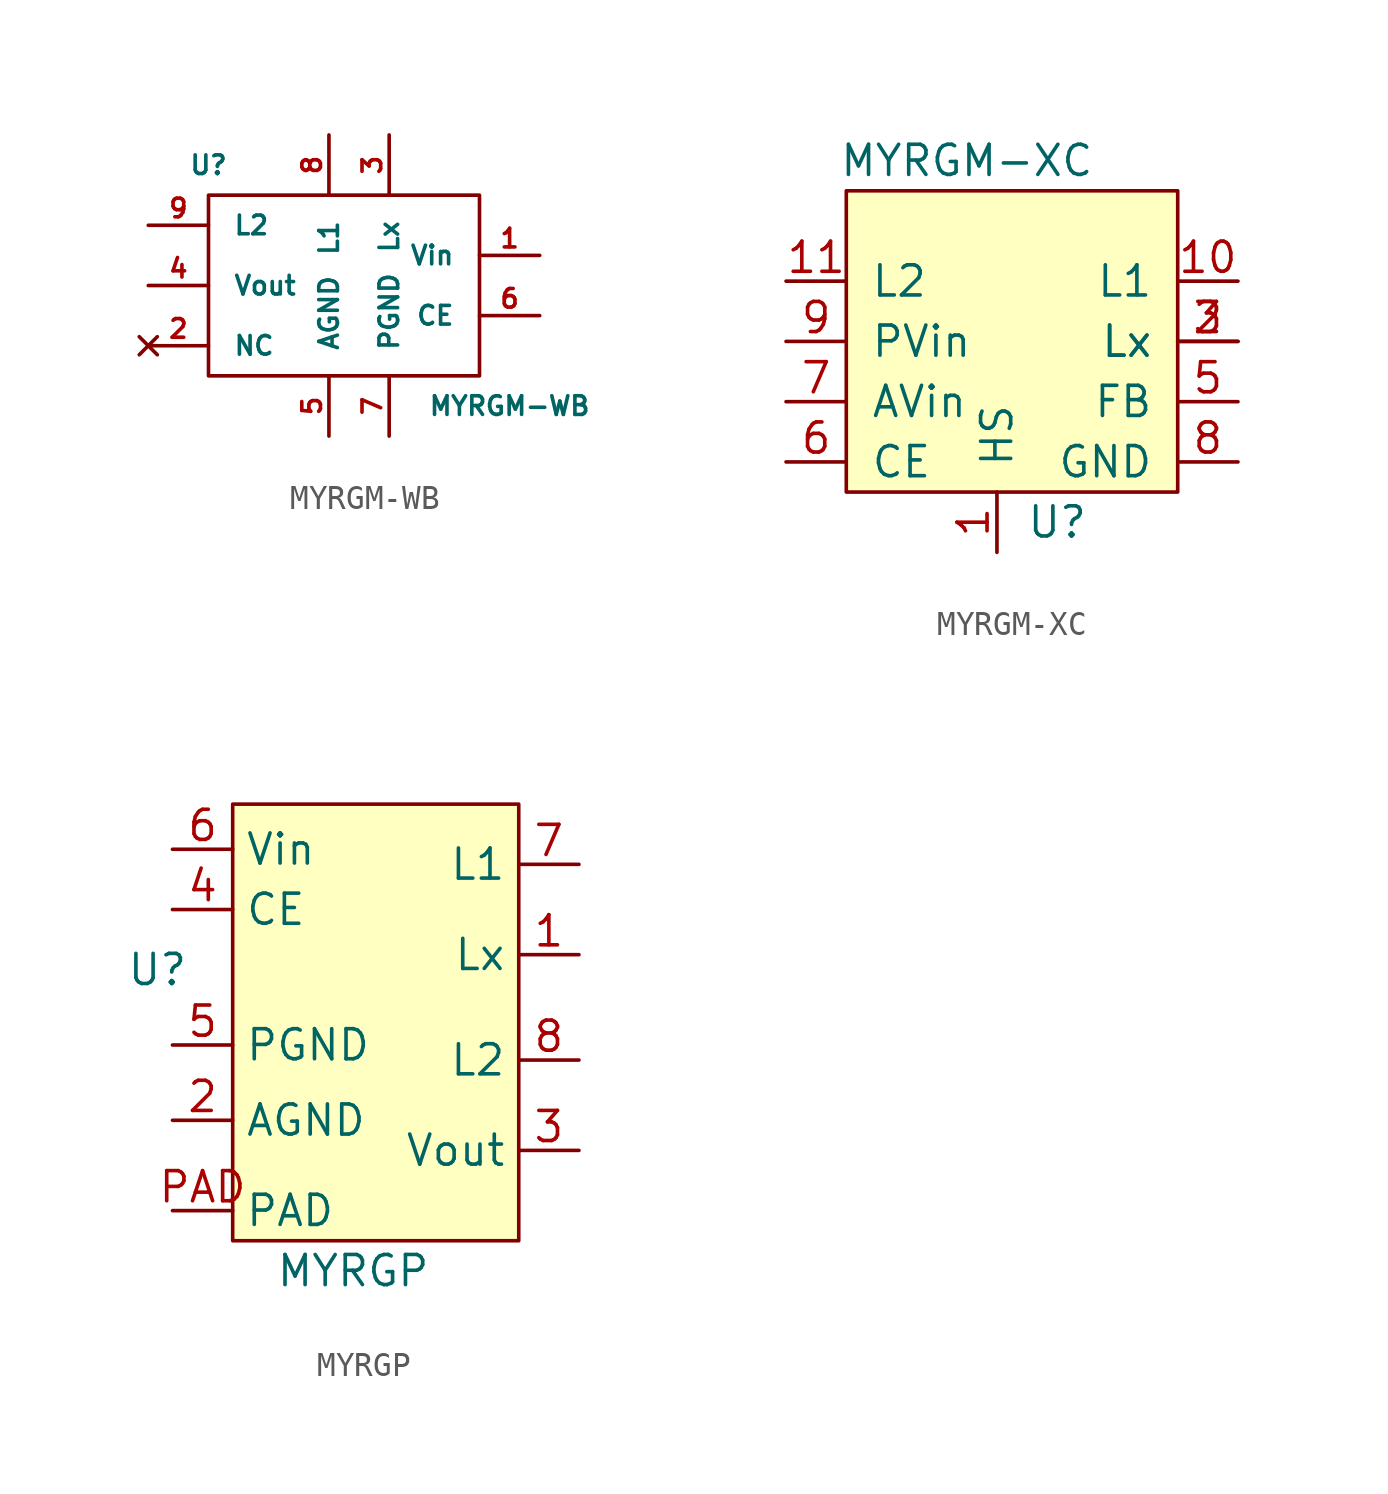
<source format=kicad_sym>
(kicad_symbol_lib
  (version 20210619)
  (generator kicad_symbol_editor)
  (symbol "MYRGM:MYRGM-WB"
    (pin_names
      (offset 1.016))
    (property "Reference" "U"
      (at -6.35 5.08 0)
      (effects (font (size 0.787 0.787))))
    (property "Value" "MYRGM-WB"
      (at 6.35 -5.08 0)
      (effects (font (size 0.787 0.787))))
    (symbol "MYRGM-WB_0_1"
      (rectangle (start -6.35 3.81) (end 5.08 -3.81) (stroke (width 0)) (fill (type none))))
    (symbol "MYRGM-WB_1_1"
      (pin power_in line (at 7.62 1.27 180) (length 2.54) (name "Vin" (effects (font (size 0.787 0.787)))) (number "1" (effects (font (size 0.787 0.787)))))
      (pin no_connect line (at -8.89 -2.54 0) (length 2.54) (name "NC" (effects (font (size 0.787 0.787)))) (number "2" (effects (font (size 0.787 0.787)))))
      (pin output line (at 1.27 6.35 270) (length 2.54) (name "Lx" (effects (font (size 0.787 0.787)))) (number "3" (effects (font (size 0.787 0.787)))))
      (pin power_out line (at -8.89 0 0) (length 2.54) (name "Vout" (effects (font (size 0.787 0.787)))) (number "4" (effects (font (size 0.787 0.787)))))
      (pin power_in line (at -1.27 -6.35 90) (length 2.54) (name "AGND" (effects (font (size 0.787 0.787)))) (number "5" (effects (font (size 0.787 0.787)))))
      (pin input line (at 7.62 -1.27 180) (length 2.54) (name "CE" (effects (font (size 0.787 0.787)))) (number "6" (effects (font (size 0.787 0.787)))))
      (pin power_in line (at 1.27 -6.35 90) (length 2.54) (name "PGND" (effects (font (size 0.787 0.787)))) (number "7" (effects (font (size 0.787 0.787)))))
      (pin power_out line (at -1.27 6.35 270) (length 2.54) (name "L1" (effects (font (size 0.787 0.787)))) (number "8" (effects (font (size 0.787 0.787)))))
      (pin power_out line (at -8.89 2.54 0) (length 2.54) (name "L2" (effects (font (size 0.787 0.787)))) (number "9" (effects (font (size 0.787 0.787)))))))
  (symbol "MYRGM:MYRGM-XC"
    (pin_names
      (offset 1.016))
    (property "Reference" "U"
      (at 2.54 -6.35 0)
      (effects (font (size 1.27 1.27))))
    (property "Value" "MYRGM-XC"
      (at -1.27 8.89 0)
      (effects (font (size 1.27 1.27))))
    (symbol "MYRGM-XC_0_1"
      (rectangle (start -6.35 7.62) (end 7.62 -5.08) (stroke (width 0)) (fill (type background))))
    (symbol "MYRGM-XC_1_1"
      (pin input line (at 0 -7.62 90) (length 2.54) (name "HS" (effects (font (size 1.27 1.27)))) (number "1" (effects (font (size 1.27 1.27)))))
      (pin no_connect line (at 10.16 6.35 180) (length 2.54) hide (name "NC" (effects (font (size 1.27 1.27)))) (number "1" (effects (font (size 1.27 1.27)))))
      (pin bidirectional line (at 10.16 3.81 180) (length 2.54) (name "L1" (effects (font (size 1.27 1.27)))) (number "10" (effects (font (size 1.27 1.27)))))
      (pin bidirectional line (at -8.89 3.81 0) (length 2.54) (name "L2" (effects (font (size 1.27 1.27)))) (number "11" (effects (font (size 1.27 1.27)))))
      (pin output line (at 10.16 1.27 180) (length 2.54) (name "Lx" (effects (font (size 1.27 1.27)))) (number "2" (effects (font (size 1.27 1.27)))))
      (pin output line (at 10.16 1.27 180) (length 2.54) (name "Lx" (effects (font (size 1.27 1.27)))) (number "3" (effects (font (size 1.27 1.27)))))
      (pin no_connect line (at -8.89 6.35 0) (length 2.54) hide (name "NC" (effects (font (size 1.27 1.27)))) (number "4" (effects (font (size 1.27 1.27)))))
      (pin output line (at 10.16 -1.27 180) (length 2.54) (name "FB" (effects (font (size 1.27 1.27)))) (number "5" (effects (font (size 1.27 1.27)))))
      (pin input line (at -8.89 -3.81 0) (length 2.54) (name "CE" (effects (font (size 1.27 1.27)))) (number "6" (effects (font (size 1.27 1.27)))))
      (pin input line (at -8.89 -1.27 0) (length 2.54) (name "AVin" (effects (font (size 1.27 1.27)))) (number "7" (effects (font (size 1.27 1.27)))))
      (pin power_out line (at 10.16 -3.81 180) (length 2.54) (name "GND" (effects (font (size 1.27 1.27)))) (number "8" (effects (font (size 1.27 1.27)))))
      (pin power_in line (at -8.89 1.27 0) (length 2.54) (name "PVin" (effects (font (size 1.27 1.27)))) (number "9" (effects (font (size 1.27 1.27)))))))
  (symbol "MYRGM:MYRGP"
    (property "Reference" "U"
      (at -8.89 1.905 0)
      (effects (font (size 1.27 1.27))))
    (property "Value" "MYRGP"
      (at -0.635 -10.795 0)
      (effects (font (size 1.27 1.27))))
    (symbol "MYRGP_0_1"
      (rectangle (start -5.715 8.89) (end 6.35 -9.525) (stroke (width 0.152)) (fill (type background))))
    (symbol "MYRGP_1_1"
      (pin input line (at 8.89 2.54 180) (length 2.54) (name "Lx" (effects (font (size 1.27 1.27)))) (number "1" (effects (font (size 1.27 1.27)))))
      (pin input line (at -8.255 -4.445 0) (length 2.54) (name "AGND" (effects (font (size 1.27 1.27)))) (number "2" (effects (font (size 1.27 1.27)))))
      (pin input line (at 8.89 -5.715 180) (length 2.54) (name "Vout" (effects (font (size 1.27 1.27)))) (number "3" (effects (font (size 1.27 1.27)))))
      (pin input line (at -8.255 4.445 0) (length 2.54) (name "CE" (effects (font (size 1.27 1.27)))) (number "4" (effects (font (size 1.27 1.27)))))
      (pin input line (at -8.255 -1.27 0) (length 2.54) (name "PGND" (effects (font (size 1.27 1.27)))) (number "5" (effects (font (size 1.27 1.27)))))
      (pin input line (at -8.255 6.985 0) (length 2.54) (name "Vin" (effects (font (size 1.27 1.27)))) (number "6" (effects (font (size 1.27 1.27)))))
      (pin input line (at 8.89 6.35 180) (length 2.54) (name "L1" (effects (font (size 1.27 1.27)))) (number "7" (effects (font (size 1.27 1.27)))))
      (pin input line (at 8.89 -1.905 180) (length 2.54) (name "L2" (effects (font (size 1.27 1.27)))) (number "8" (effects (font (size 1.27 1.27)))))
      (pin input line (at -8.255 -8.255 0) (length 2.54) (name "PAD" (effects (font (size 1.27 1.27)))) (number "PAD" (effects (font (size 1.27 1.27))))))))
</source>
